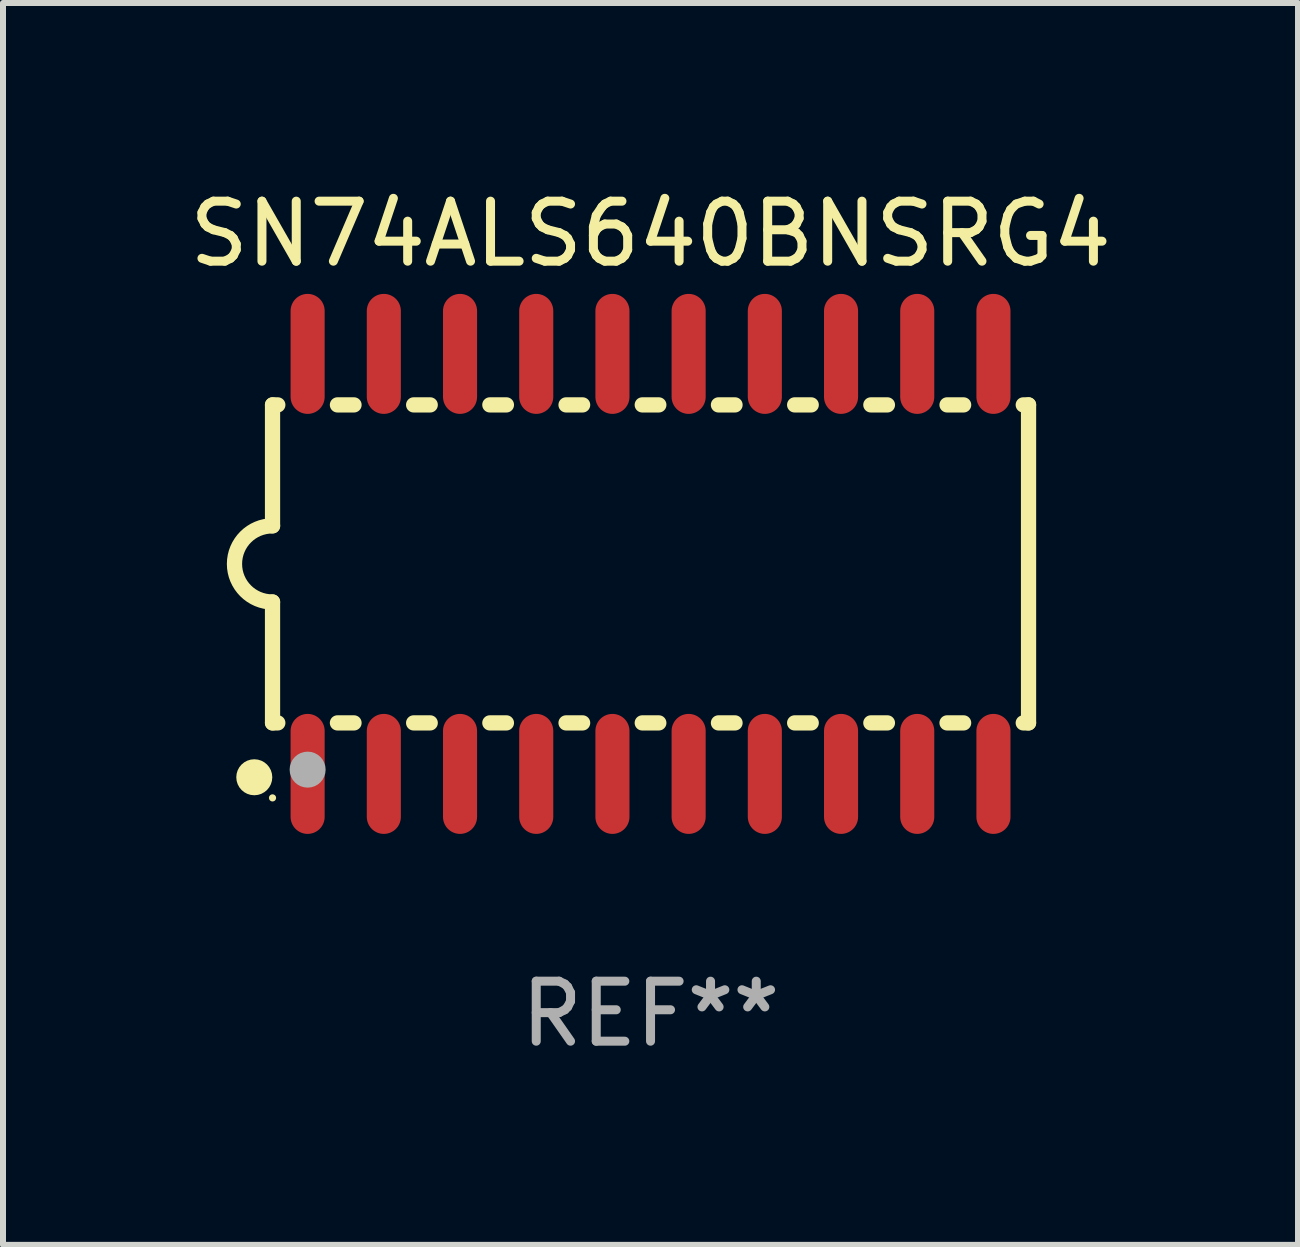
<source format=kicad_pcb>
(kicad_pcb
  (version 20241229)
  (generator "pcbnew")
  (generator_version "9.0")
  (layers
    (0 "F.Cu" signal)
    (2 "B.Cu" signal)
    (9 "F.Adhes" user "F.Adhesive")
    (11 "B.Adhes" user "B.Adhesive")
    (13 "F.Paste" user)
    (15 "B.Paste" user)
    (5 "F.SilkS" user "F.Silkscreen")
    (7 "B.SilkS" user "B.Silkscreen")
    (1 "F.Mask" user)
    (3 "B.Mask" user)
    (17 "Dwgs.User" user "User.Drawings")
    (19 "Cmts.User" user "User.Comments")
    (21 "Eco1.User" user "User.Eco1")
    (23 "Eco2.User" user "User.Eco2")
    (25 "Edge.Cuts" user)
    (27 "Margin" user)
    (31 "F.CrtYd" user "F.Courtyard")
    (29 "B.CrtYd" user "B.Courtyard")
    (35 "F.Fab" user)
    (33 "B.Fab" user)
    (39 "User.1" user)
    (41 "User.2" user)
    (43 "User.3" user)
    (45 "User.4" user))
  (footprint "SN74ALS640BNSRG4"
    (layer "F.Cu")
    (at 7.792 6.348)
    (property "Reference" "SN74ALS640BNSRG4" (at 0 -5.5 0) (layer "F.SilkS") (effects (font (size 1 1) (thickness 0.15))))
    (attr through_hole)
    (fp_line (start -6.3 -2.65) (end -6.3 -0.635) (stroke (width 0.254) (type solid)) (layer "F.SilkS"))
    (fp_line (start -6.3 -2.65) (end -6.212 -2.65) (stroke (width 0.254) (type solid)) (layer "F.SilkS"))
    (fp_line (start -6.3 2.65) (end -6.3 0.635) (stroke (width 0.254) (type solid)) (layer "F.SilkS"))
    (fp_line (start -6.3 2.65) (end -6.212 2.65) (stroke (width 0.254) (type solid)) (layer "F.SilkS"))
    (fp_line (start -5.218 -2.65) (end -4.942 -2.65) (stroke (width 0.254) (type solid)) (layer "F.SilkS"))
    (fp_line (start -5.218 2.65) (end -4.942 2.65) (stroke (width 0.254) (type solid)) (layer "F.SilkS"))
    (fp_line (start -3.948 -2.65) (end -3.672 -2.65) (stroke (width 0.254) (type solid)) (layer "F.SilkS"))
    (fp_line (start -3.948 2.65) (end -3.672 2.65) (stroke (width 0.254) (type solid)) (layer "F.SilkS"))
    (fp_line (start -2.678 -2.65) (end -2.402 -2.65) (stroke (width 0.254) (type solid)) (layer "F.SilkS"))
    (fp_line (start -2.678 2.65) (end -2.402 2.65) (stroke (width 0.254) (type solid)) (layer "F.SilkS"))
    (fp_line (start -1.408 -2.65) (end -1.132 -2.65) (stroke (width 0.254) (type solid)) (layer "F.SilkS"))
    (fp_line (start -1.408 2.65) (end -1.132 2.65) (stroke (width 0.254) (type solid)) (layer "F.SilkS"))
    (fp_line (start -0.138 -2.65) (end 0.138 -2.65) (stroke (width 0.254) (type solid)) (layer "F.SilkS"))
    (fp_line (start -0.138 2.65) (end 0.138 2.65) (stroke (width 0.254) (type solid)) (layer "F.SilkS"))
    (fp_line (start 1.132 -2.65) (end 1.408 -2.65) (stroke (width 0.254) (type solid)) (layer "F.SilkS"))
    (fp_line (start 1.132 2.65) (end 1.408 2.65) (stroke (width 0.254) (type solid)) (layer "F.SilkS"))
    (fp_line (start 2.402 -2.65) (end 2.678 -2.65) (stroke (width 0.254) (type solid)) (layer "F.SilkS"))
    (fp_line (start 2.402 2.65) (end 2.678 2.65) (stroke (width 0.254) (type solid)) (layer "F.SilkS"))
    (fp_line (start 3.672 -2.65) (end 3.948 -2.65) (stroke (width 0.254) (type solid)) (layer "F.SilkS"))
    (fp_line (start 3.672 2.65) (end 3.948 2.65) (stroke (width 0.254) (type solid)) (layer "F.SilkS"))
    (fp_line (start 4.942 -2.65) (end 5.218 -2.65) (stroke (width 0.254) (type solid)) (layer "F.SilkS"))
    (fp_line (start 4.942 2.65) (end 5.218 2.65) (stroke (width 0.254) (type solid)) (layer "F.SilkS"))
    (fp_line (start 6.212 -2.65) (end 6.3 -2.65) (stroke (width 0.254) (type solid)) (layer "F.SilkS"))
    (fp_line (start 6.212 2.65) (end 6.3 2.65) (stroke (width 0.254) (type solid)) (layer "F.SilkS"))
    (fp_line (start 6.3 -2.65) (end 6.3 2.65) (stroke (width 0.254) (type solid)) (layer "F.SilkS"))
    (fp_arc (start -6.299975 0.634874) (mid -6.933579 0.000127) (end -6.299213 -0.633858) (stroke (width 0.254001) (type solid)) (layer "F.SilkS"))
    (fp_circle (center -6.604 3.556) (end -6.454 3.556) (stroke (width 0.3) (type solid)) (fill no) (layer "F.SilkS"))
    (fp_circle (center -6.3 3.9) (end -6.27 3.9) (stroke (width 0.06) (type solid)) (fill no) (layer "F.SilkS"))
    (fp_circle (center -5.715 3.429) (end -5.565 3.429) (stroke (width 0.3) (type solid)) (fill no) (layer "F.Fab"))
    (fp_text user "REF**" (at 0 7.5 0) (layer "F.Fab") (effects (font (size 1 1) (thickness 0.15))))
    (pad "1" smd oval (at -5.715 3.5) (size 0.568 2) (layers "F.Cu" "F.Mask" "F.Paste"))
    (pad "2" smd oval (at -4.445 3.5) (size 0.568 2) (layers "F.Cu" "F.Mask" "F.Paste"))
    (pad "3" smd oval (at -3.175 3.5) (size 0.568 2) (layers "F.Cu" "F.Mask" "F.Paste"))
    (pad "4" smd oval (at -1.905 3.5) (size 0.568 2) (layers "F.Cu" "F.Mask" "F.Paste"))
    (pad "5" smd oval (at -0.635 3.5) (size 0.568 2) (layers "F.Cu" "F.Mask" "F.Paste"))
    (pad "6" smd oval (at 0.635 3.5) (size 0.568 2) (layers "F.Cu" "F.Mask" "F.Paste"))
    (pad "7" smd oval (at 1.905 3.5) (size 0.568 2) (layers "F.Cu" "F.Mask" "F.Paste"))
    (pad "8" smd oval (at 3.175 3.5) (size 0.568 2) (layers "F.Cu" "F.Mask" "F.Paste"))
    (pad "9" smd oval (at 4.445 3.5) (size 0.568 2) (layers "F.Cu" "F.Mask" "F.Paste"))
    (pad "10" smd oval (at 5.715 3.5) (size 0.568 2) (layers "F.Cu" "F.Mask" "F.Paste"))
    (pad "11" smd oval (at 5.715 -3.5) (size 0.568 2) (layers "F.Cu" "F.Mask" "F.Paste"))
    (pad "12" smd oval (at 4.445 -3.5) (size 0.568 2) (layers "F.Cu" "F.Mask" "F.Paste"))
    (pad "13" smd oval (at 3.175 -3.5) (size 0.568 2) (layers "F.Cu" "F.Mask" "F.Paste"))
    (pad "14" smd oval (at 1.905 -3.5) (size 0.568 2) (layers "F.Cu" "F.Mask" "F.Paste"))
    (pad "15" smd oval (at 0.635 -3.5) (size 0.568 2) (layers "F.Cu" "F.Mask" "F.Paste"))
    (pad "16" smd oval (at -0.635 -3.5) (size 0.568 2) (layers "F.Cu" "F.Mask" "F.Paste"))
    (pad "17" smd oval (at -1.905 -3.5) (size 0.568 2) (layers "F.Cu" "F.Mask" "F.Paste"))
    (pad "18" smd oval (at -3.175 -3.5) (size 0.568 2) (layers "F.Cu" "F.Mask" "F.Paste"))
    (pad "19" smd oval (at -4.445 -3.5) (size 0.568 2) (layers "F.Cu" "F.Mask" "F.Paste"))
    (pad "20" smd oval (at -5.715 -3.5) (size 0.568 2) (layers "F.Cu" "F.Mask" "F.Paste")))
  (gr_rect
    (start -3 -3)
    (end 18.583 17.697)
    (stroke (width 0.1) (type default))
    (fill no)
    (layer "Edge.Cuts")))
</source>
